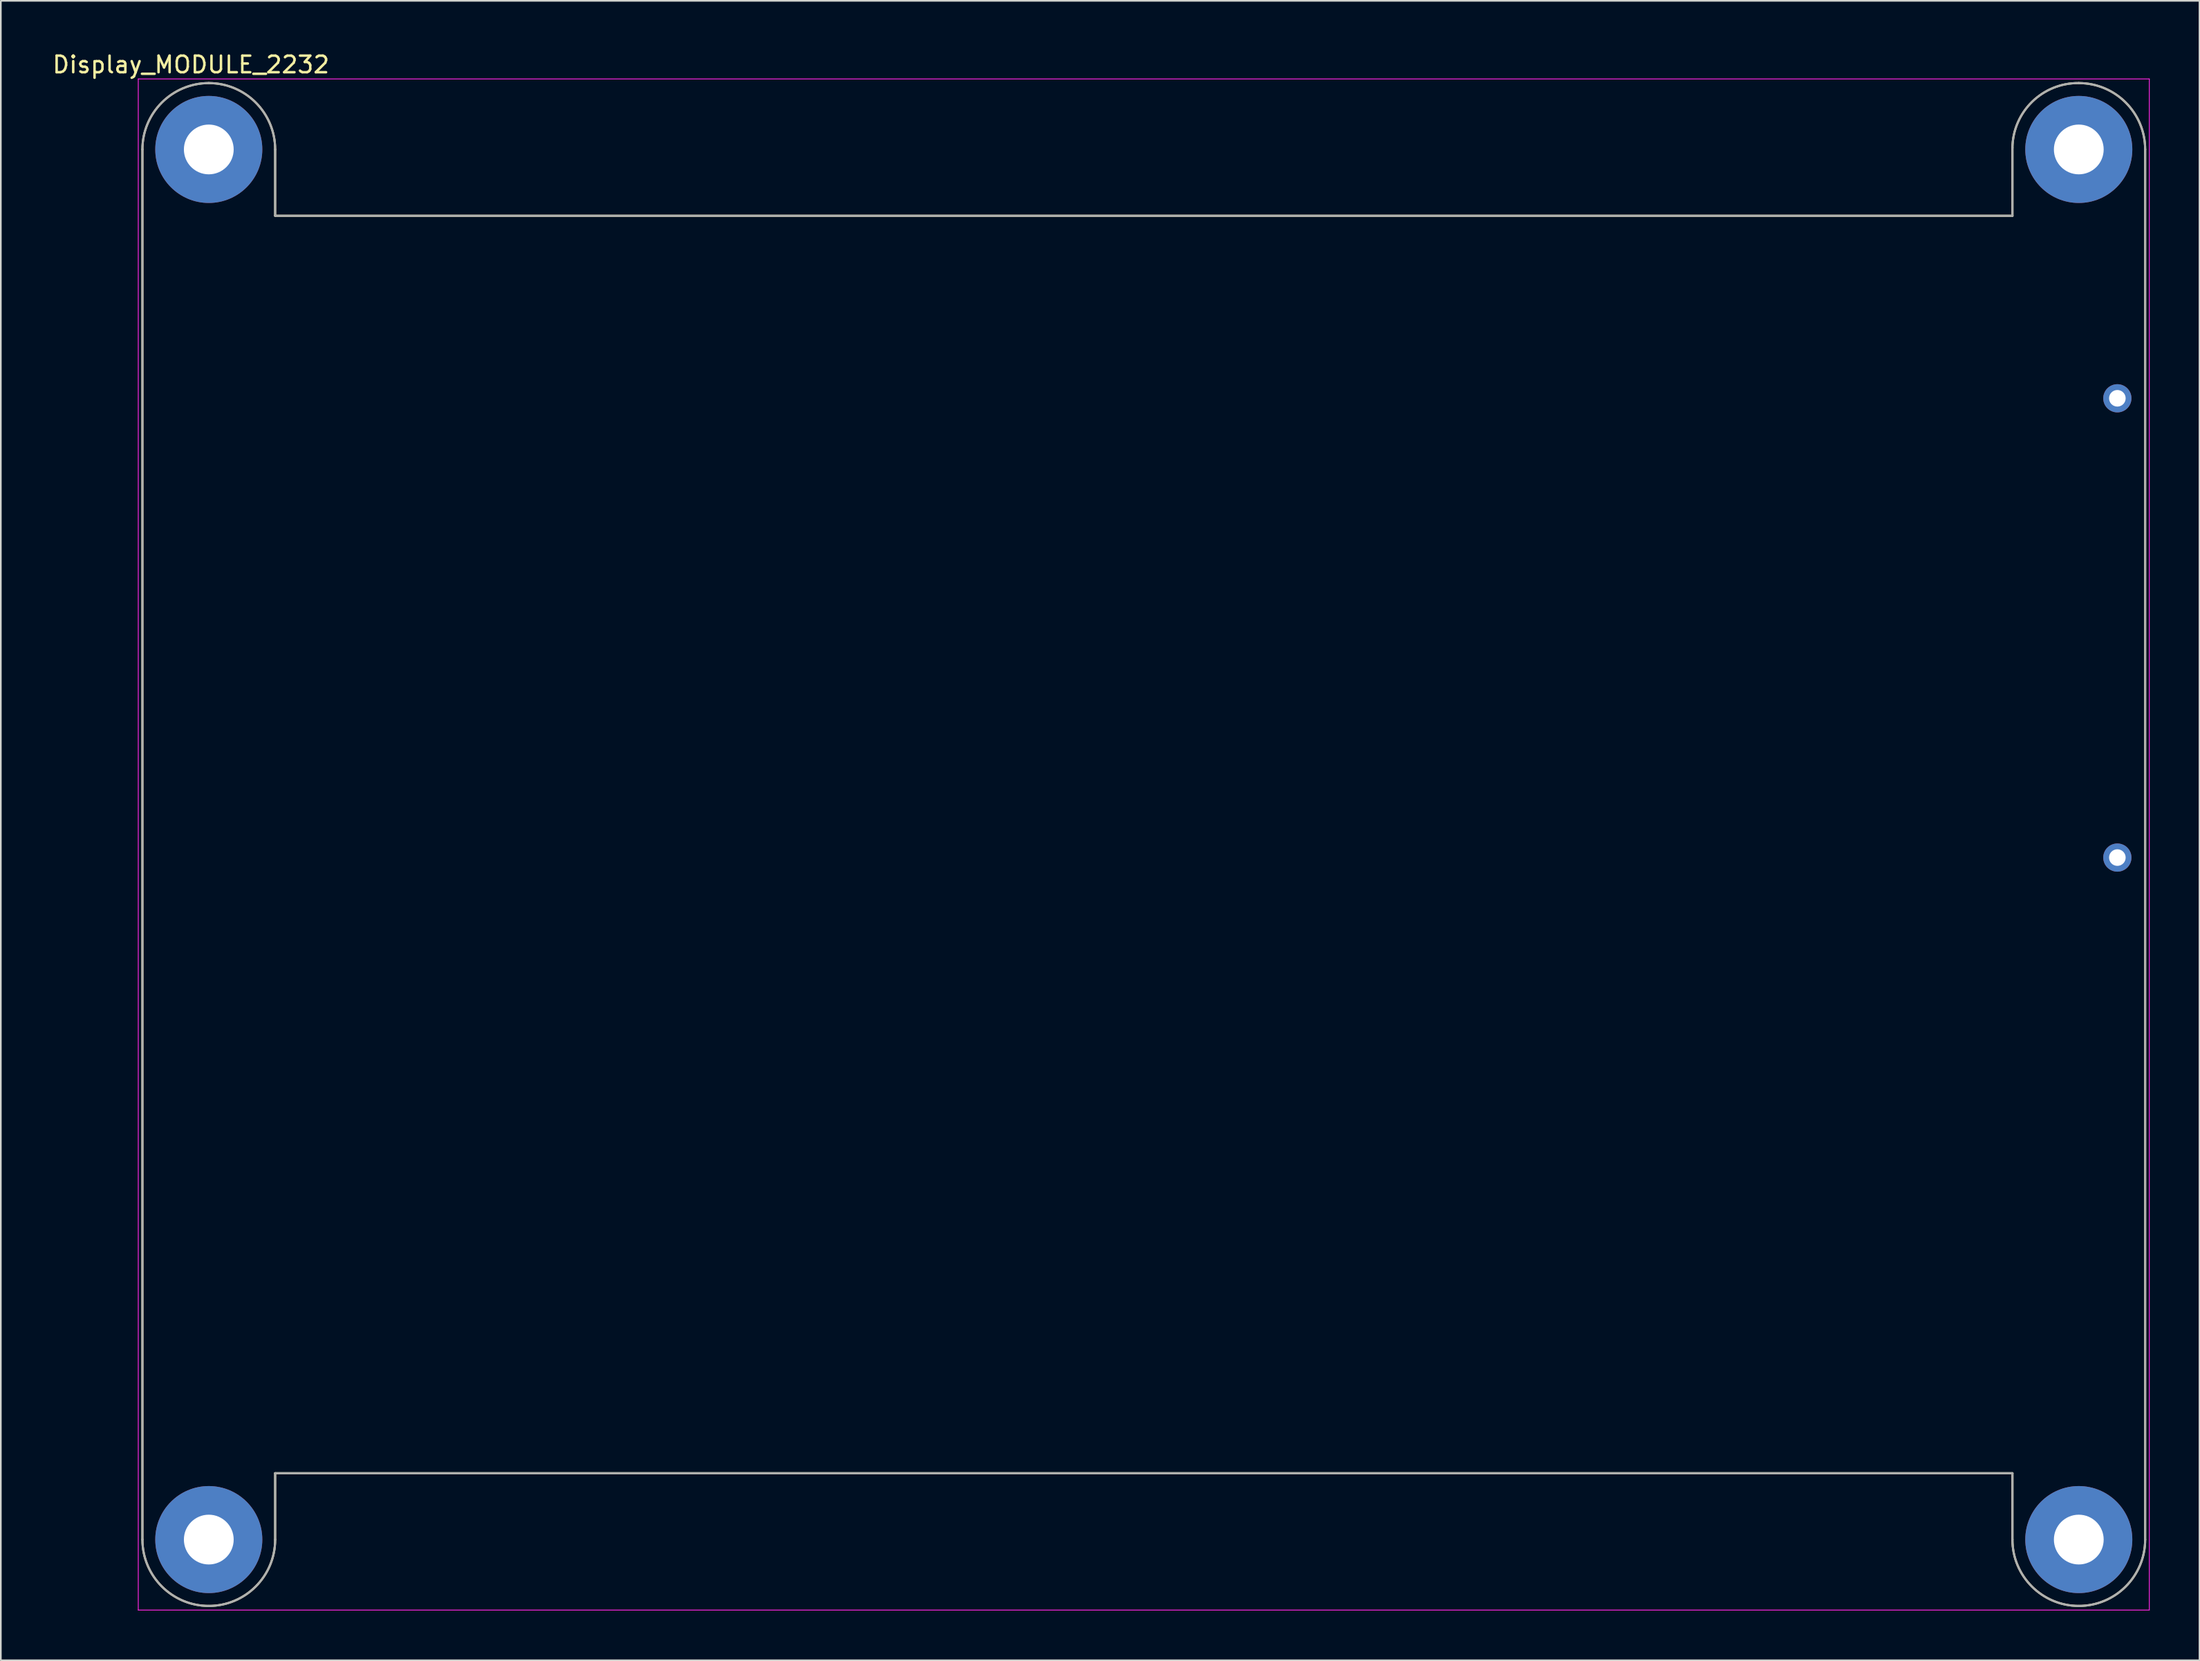
<source format=kicad_pcb>
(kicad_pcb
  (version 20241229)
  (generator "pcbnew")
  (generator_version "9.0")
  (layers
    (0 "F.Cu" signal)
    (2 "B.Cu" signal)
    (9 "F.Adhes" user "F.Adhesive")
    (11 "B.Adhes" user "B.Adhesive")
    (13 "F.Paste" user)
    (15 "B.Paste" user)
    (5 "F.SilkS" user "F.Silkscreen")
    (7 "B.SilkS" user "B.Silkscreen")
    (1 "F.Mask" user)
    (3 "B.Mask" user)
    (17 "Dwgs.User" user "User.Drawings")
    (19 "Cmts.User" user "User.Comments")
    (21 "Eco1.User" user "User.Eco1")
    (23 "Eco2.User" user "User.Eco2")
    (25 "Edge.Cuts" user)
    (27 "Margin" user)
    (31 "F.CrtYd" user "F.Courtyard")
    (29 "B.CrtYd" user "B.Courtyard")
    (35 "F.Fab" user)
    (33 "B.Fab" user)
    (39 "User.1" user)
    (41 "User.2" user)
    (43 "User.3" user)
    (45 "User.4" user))
  (footprint "Display_MODULE_2232"
    (layer "F.Cu")
    (at 65.883 47.859)
    (property "Reference" "Display_MODULE_2232" (at -57.425 -47.011 0) (layer "F.SilkS") (effects (font (size 1 1) (thickness 0.15))))
    (attr through_hole)
    (fp_line (start -60.35 -41.9) (end -60.35 41.9) (stroke (width 0.127) (type solid)) (layer "F.SilkS"))
    (fp_line (start -52.35 -41.9) (end -52.35 -37.9) (stroke (width 0.127) (type solid)) (layer "F.SilkS"))
    (fp_line (start -52.35 37.9) (end 52.35 37.9) (stroke (width 0.127) (type solid)) (layer "F.SilkS"))
    (fp_line (start -52.35 41.9) (end -52.35 37.9) (stroke (width 0.127) (type solid)) (layer "F.SilkS"))
    (fp_line (start 52.35 -42) (end 52.35 -37.9) (stroke (width 0.127) (type solid)) (layer "F.SilkS"))
    (fp_line (start 52.35 -37.9) (end -52.35 -37.9) (stroke (width 0.127) (type solid)) (layer "F.SilkS"))
    (fp_line (start 52.35 41.9) (end 52.35 37.9) (stroke (width 0.127) (type solid)) (layer "F.SilkS"))
    (fp_line (start 60.35 -41.9) (end 60.35 41.9) (stroke (width 0.127) (type solid)) (layer "F.SilkS"))
    (fp_arc (start -60.35 -41.9) (mid -59.178427 -44.728427) (end -56.35 -45.9) (stroke (width 0.127) (type solid)) (layer "F.SilkS"))
    (fp_arc (start -56.35 -45.9) (mid -53.521573 -44.728427) (end -52.35 -41.9) (stroke (width 0.127) (type solid)) (layer "F.SilkS"))
    (fp_arc (start -56.35 45.9) (mid -59.178427 44.728427) (end -60.35 41.9) (stroke (width 0.127) (type solid)) (layer "F.SilkS"))
    (fp_arc (start -52.35 41.9) (mid -53.521573 44.728427) (end -56.35 45.9) (stroke (width 0.127) (type solid)) (layer "F.SilkS"))
    (fp_arc (start 52.35 -42) (mid 53.542284 -44.778427) (end 56.35 -45.9) (stroke (width 0.127) (type solid)) (layer "F.SilkS"))
    (fp_arc (start 56.35 -45.9) (mid 59.178427 -44.728427) (end 60.35 -41.9) (stroke (width 0.127) (type solid)) (layer "F.SilkS"))
    (fp_arc (start 56.35 45.9) (mid 53.521573 44.728427) (end 52.35 41.9) (stroke (width 0.127) (type solid)) (layer "F.SilkS"))
    (fp_arc (start 60.35 41.9) (mid 59.178427 44.728427) (end 56.35 45.9) (stroke (width 0.127) (type solid)) (layer "F.SilkS"))
    (fp_line (start -60.6 -46.15) (end -60.6 46.15) (stroke (width 0.05) (type solid)) (layer "F.CrtYd"))
    (fp_line (start -60.6 46.15) (end 60.6 46.15) (stroke (width 0.05) (type solid)) (layer "F.CrtYd"))
    (fp_line (start 60.6 -46.15) (end -60.6 -46.15) (stroke (width 0.05) (type solid)) (layer "F.CrtYd"))
    (fp_line (start 60.6 46.15) (end 60.6 -46.15) (stroke (width 0.05) (type solid)) (layer "F.CrtYd"))
    (fp_line (start -60.35 -41.9) (end -60.35 41.9) (stroke (width 0.127) (type solid)) (layer "F.Fab"))
    (fp_line (start -52.35 -41.9) (end -52.35 -37.9) (stroke (width 0.127) (type solid)) (layer "F.Fab"))
    (fp_line (start -52.35 37.9) (end 52.35 37.9) (stroke (width 0.127) (type solid)) (layer "F.Fab"))
    (fp_line (start -52.35 41.9) (end -52.35 37.9) (stroke (width 0.127) (type solid)) (layer "F.Fab"))
    (fp_line (start 52.35 -42) (end 52.35 -37.9) (stroke (width 0.127) (type solid)) (layer "F.Fab"))
    (fp_line (start 52.35 -37.9) (end -52.35 -37.9) (stroke (width 0.127) (type solid)) (layer "F.Fab"))
    (fp_line (start 52.35 41.9) (end 52.35 37.9) (stroke (width 0.127) (type solid)) (layer "F.Fab"))
    (fp_line (start 60.35 -41.9) (end 60.35 41.9) (stroke (width 0.127) (type solid)) (layer "F.Fab"))
    (fp_arc (start -60.35 -41.9) (mid -59.178427 -44.728427) (end -56.35 -45.9) (stroke (width 0.127) (type solid)) (layer "F.Fab"))
    (fp_arc (start -56.35 -45.9) (mid -53.521573 -44.728427) (end -52.35 -41.9) (stroke (width 0.127) (type solid)) (layer "F.Fab"))
    (fp_arc (start -56.35 45.9) (mid -59.178427 44.728427) (end -60.35 41.9) (stroke (width 0.127) (type solid)) (layer "F.Fab"))
    (fp_arc (start -52.35 41.9) (mid -53.521573 44.728427) (end -56.35 45.9) (stroke (width 0.127) (type solid)) (layer "F.Fab"))
    (fp_arc (start 52.35 -42) (mid 53.542284 -44.778427) (end 56.35 -45.9) (stroke (width 0.127) (type solid)) (layer "F.Fab"))
    (fp_arc (start 56.35 -45.9) (mid 59.178427 -44.728427) (end 60.35 -41.9) (stroke (width 0.127) (type solid)) (layer "F.Fab"))
    (fp_arc (start 56.35 45.9) (mid 53.521573 44.728427) (end 52.35 41.9) (stroke (width 0.127) (type solid)) (layer "F.Fab"))
    (fp_arc (start 60.35 41.9) (mid 59.178427 44.728427) (end 56.35 45.9) (stroke (width 0.127) (type solid)) (layer "F.Fab"))
    (pad "5v" thru_hole circle (at 58.674 0.787) (size 1.7 1.7) (drill 1) (layers "*.Cu" "*.Mask"))
    (pad "GND" thru_hole circle (at 58.674 -26.899) (size 1.7 1.7) (drill 1) (layers "*.Cu" "*.Mask"))
    (pad "SH1" thru_hole circle (at -56.35 41.9) (size 6.452 6.452) (drill 3) (layers "*.Cu" "*.Mask"))
    (pad "SH2" thru_hole circle (at 56.35 41.9) (size 6.452 6.452) (drill 3) (layers "*.Cu" "*.Mask"))
    (pad "SH3" thru_hole circle (at 56.35 -41.9) (size 6.452 6.452) (drill 3) (layers "*.Cu" "*.Mask"))
    (pad "SH4" thru_hole circle (at -56.35 -41.9) (size 6.452 6.452) (drill 3) (layers "*.Cu" "*.Mask"))
    (zone (net_name "") (layer "F.Cu") (hatch full 0.508) (connect_pads) (min_thickness 4.064) (filled_areas_thickness no) (keepout (tracks not_allowed) (vias not_allowed) (pads not_allowed) (copperpour not_allowed) (footprints allowed)) (placement (enabled no)) (fill) (polygon (pts (xy 13.597 5.959) (xy 13.578 6.357) (xy 13.519 6.752) (xy 13.422 7.139) (xy 13.288 7.514) (xy 13.117 7.875) (xy 12.912 8.217) (xy 12.675 8.537) (xy 12.407 8.833) (xy 12.112 9.101) (xy 11.791 9.338) (xy 11.449 9.543) (xy 11.089 9.714) (xy 10.713 9.848) (xy 10.326 9.945) (xy 9.932 10.003) (xy 9.533 10.023) (xy 9.135 10.003) (xy 8.74 9.945) (xy 8.354 9.848) (xy 7.978 9.714) (xy 7.618 9.543) (xy 7.275 9.338) (xy 6.955 9.101) (xy 6.66 8.833) (xy 6.392 8.537) (xy 6.154 8.217) (xy 5.949 7.875) (xy 5.779 7.514) (xy 5.644 7.139) (xy 5.547 6.752) (xy 5.489 6.357) (xy 5.469 5.959) (xy 5.489 5.561) (xy 5.547 5.166) (xy 5.644 4.779) (xy 5.779 4.404) (xy 5.949 4.043) (xy 6.154 3.701) (xy 6.392 3.381) (xy 6.66 3.085) (xy 6.955 2.818) (xy 7.275 2.58) (xy 7.618 2.375) (xy 7.978 2.204) (xy 8.354 2.07) (xy 8.74 1.973) (xy 9.135 1.915) (xy 9.533 1.895) (xy 9.932 1.915) (xy 10.326 1.973) (xy 10.713 2.07) (xy 11.089 2.204) (xy 11.449 2.375) (xy 11.791 2.58) (xy 12.112 2.818) (xy 12.407 3.085) (xy 12.675 3.381) (xy 12.912 3.701) (xy 13.117 4.043) (xy 13.288 4.404) (xy 13.422 4.779) (xy 13.519 5.166) (xy 13.578 5.561))))
    (zone (net_name "") (layer "F.Cu") (hatch full 0.508) (connect_pads) (min_thickness 4.064) (filled_areas_thickness no) (keepout (tracks not_allowed) (vias not_allowed) (pads not_allowed) (copperpour not_allowed) (footprints allowed)) (placement (enabled no)) (fill) (polygon (pts (xy 13.597 89.759) (xy 13.578 90.157) (xy 13.519 90.552) (xy 13.422 90.939) (xy 13.288 91.314) (xy 13.117 91.675) (xy 12.912 92.017) (xy 12.675 92.337) (xy 12.407 92.633) (xy 12.112 92.901) (xy 11.791 93.138) (xy 11.449 93.343) (xy 11.089 93.514) (xy 10.713 93.648) (xy 10.326 93.745) (xy 9.932 93.803) (xy 9.533 93.823) (xy 9.135 93.803) (xy 8.74 93.745) (xy 8.354 93.648) (xy 7.978 93.514) (xy 7.618 93.343) (xy 7.275 93.138) (xy 6.955 92.901) (xy 6.66 92.633) (xy 6.392 92.337) (xy 6.154 92.017) (xy 5.949 91.675) (xy 5.779 91.314) (xy 5.644 90.939) (xy 5.547 90.552) (xy 5.489 90.157) (xy 5.469 89.759) (xy 5.489 89.361) (xy 5.547 88.966) (xy 5.644 88.579) (xy 5.779 88.204) (xy 5.949 87.843) (xy 6.154 87.501) (xy 6.392 87.181) (xy 6.66 86.885) (xy 6.955 86.618) (xy 7.275 86.38) (xy 7.618 86.175) (xy 7.978 86.004) (xy 8.354 85.87) (xy 8.74 85.773) (xy 9.135 85.715) (xy 9.533 85.695) (xy 9.932 85.715) (xy 10.326 85.773) (xy 10.713 85.87) (xy 11.089 86.004) (xy 11.449 86.175) (xy 11.791 86.38) (xy 12.112 86.618) (xy 12.407 86.885) (xy 12.675 87.181) (xy 12.912 87.501) (xy 13.117 87.843) (xy 13.288 88.204) (xy 13.422 88.579) (xy 13.519 88.966) (xy 13.578 89.361))))
    (zone (net_name "") (layer "F.Cu") (hatch full 0.508) (connect_pads) (min_thickness 4.064) (filled_areas_thickness no) (keepout (tracks not_allowed) (vias not_allowed) (pads not_allowed) (copperpour not_allowed) (footprints allowed)) (placement (enabled no)) (fill) (polygon (pts (xy 126.297 5.959) (xy 126.278 6.357) (xy 126.219 6.752) (xy 126.122 7.139) (xy 125.988 7.514) (xy 125.817 7.875) (xy 125.612 8.217) (xy 125.375 8.537) (xy 125.107 8.833) (xy 124.812 9.101) (xy 124.491 9.338) (xy 124.149 9.543) (xy 123.789 9.714) (xy 123.413 9.848) (xy 123.026 9.945) (xy 122.632 10.003) (xy 122.233 10.023) (xy 121.835 10.003) (xy 121.44 9.945) (xy 121.054 9.848) (xy 120.678 9.714) (xy 120.318 9.543) (xy 119.975 9.338) (xy 119.655 9.101) (xy 119.36 8.833) (xy 119.092 8.537) (xy 118.854 8.217) (xy 118.649 7.875) (xy 118.479 7.514) (xy 118.344 7.139) (xy 118.247 6.752) (xy 118.189 6.357) (xy 118.169 5.959) (xy 118.189 5.561) (xy 118.247 5.166) (xy 118.344 4.779) (xy 118.479 4.404) (xy 118.649 4.043) (xy 118.854 3.701) (xy 119.092 3.381) (xy 119.36 3.085) (xy 119.655 2.818) (xy 119.975 2.58) (xy 120.318 2.375) (xy 120.678 2.204) (xy 121.054 2.07) (xy 121.44 1.973) (xy 121.835 1.915) (xy 122.233 1.895) (xy 122.632 1.915) (xy 123.026 1.973) (xy 123.413 2.07) (xy 123.789 2.204) (xy 124.149 2.375) (xy 124.491 2.58) (xy 124.812 2.818) (xy 125.107 3.085) (xy 125.375 3.381) (xy 125.612 3.701) (xy 125.817 4.043) (xy 125.988 4.404) (xy 126.122 4.779) (xy 126.219 5.166) (xy 126.278 5.561))))
    (zone (net_name "") (layer "F.Cu") (hatch full 0.508) (connect_pads) (min_thickness 4.064) (filled_areas_thickness no) (keepout (tracks not_allowed) (vias not_allowed) (pads not_allowed) (copperpour not_allowed) (footprints allowed)) (placement (enabled no)) (fill) (polygon (pts (xy 126.297 89.759) (xy 126.278 90.157) (xy 126.219 90.552) (xy 126.122 90.939) (xy 125.988 91.314) (xy 125.817 91.675) (xy 125.612 92.017) (xy 125.375 92.337) (xy 125.107 92.633) (xy 124.812 92.901) (xy 124.491 93.138) (xy 124.149 93.343) (xy 123.789 93.514) (xy 123.413 93.648) (xy 123.026 93.745) (xy 122.632 93.803) (xy 122.233 93.823) (xy 121.835 93.803) (xy 121.44 93.745) (xy 121.054 93.648) (xy 120.678 93.514) (xy 120.318 93.343) (xy 119.975 93.138) (xy 119.655 92.901) (xy 119.36 92.633) (xy 119.092 92.337) (xy 118.854 92.017) (xy 118.649 91.675) (xy 118.479 91.314) (xy 118.344 90.939) (xy 118.247 90.552) (xy 118.189 90.157) (xy 118.169 89.759) (xy 118.189 89.361) (xy 118.247 88.966) (xy 118.344 88.579) (xy 118.479 88.204) (xy 118.649 87.843) (xy 118.854 87.501) (xy 119.092 87.181) (xy 119.36 86.885) (xy 119.655 86.618) (xy 119.975 86.38) (xy 120.318 86.175) (xy 120.678 86.004) (xy 121.054 85.87) (xy 121.44 85.773) (xy 121.835 85.715) (xy 122.233 85.695) (xy 122.632 85.715) (xy 123.026 85.773) (xy 123.413 85.87) (xy 123.789 86.004) (xy 124.149 86.175) (xy 124.491 86.38) (xy 124.812 86.618) (xy 125.107 86.885) (xy 125.375 87.181) (xy 125.612 87.501) (xy 125.817 87.843) (xy 125.988 88.204) (xy 126.122 88.579) (xy 126.219 88.966) (xy 126.278 89.361))))
    (zone (net_name "") (layers "F.Cu" "B.Cu") (hatch full 0.508) (connect_pads) (min_thickness 4.064) (filled_areas_thickness no) (keepout (tracks allowed) (vias not_allowed) (pads allowed) (copperpour allowed) (footprints allowed)) (placement (enabled no)) (fill) (polygon (pts (xy 13.597 5.959) (xy 13.578 6.357) (xy 13.519 6.752) (xy 13.422 7.139) (xy 13.288 7.514) (xy 13.117 7.875) (xy 12.912 8.217) (xy 12.675 8.537) (xy 12.407 8.833) (xy 12.112 9.101) (xy 11.791 9.338) (xy 11.449 9.543) (xy 11.089 9.714) (xy 10.713 9.848) (xy 10.326 9.945) (xy 9.932 10.003) (xy 9.533 10.023) (xy 9.135 10.003) (xy 8.74 9.945) (xy 8.354 9.848) (xy 7.978 9.714) (xy 7.618 9.543) (xy 7.275 9.338) (xy 6.955 9.101) (xy 6.66 8.833) (xy 6.392 8.537) (xy 6.154 8.217) (xy 5.949 7.875) (xy 5.779 7.514) (xy 5.644 7.139) (xy 5.547 6.752) (xy 5.489 6.357) (xy 5.469 5.959) (xy 5.489 5.561) (xy 5.547 5.166) (xy 5.644 4.779) (xy 5.779 4.404) (xy 5.949 4.043) (xy 6.154 3.701) (xy 6.392 3.381) (xy 6.66 3.085) (xy 6.955 2.818) (xy 7.275 2.58) (xy 7.618 2.375) (xy 7.978 2.204) (xy 8.354 2.07) (xy 8.74 1.973) (xy 9.135 1.915) (xy 9.533 1.895) (xy 9.932 1.915) (xy 10.326 1.973) (xy 10.713 2.07) (xy 11.089 2.204) (xy 11.449 2.375) (xy 11.791 2.58) (xy 12.112 2.818) (xy 12.407 3.085) (xy 12.675 3.381) (xy 12.912 3.701) (xy 13.117 4.043) (xy 13.288 4.404) (xy 13.422 4.779) (xy 13.519 5.166) (xy 13.578 5.561))))
    (zone (net_name "") (layers "F.Cu" "B.Cu") (hatch full 0.508) (connect_pads) (min_thickness 4.064) (filled_areas_thickness no) (keepout (tracks allowed) (vias not_allowed) (pads allowed) (copperpour allowed) (footprints allowed)) (placement (enabled no)) (fill) (polygon (pts (xy 13.597 89.759) (xy 13.578 90.157) (xy 13.519 90.552) (xy 13.422 90.939) (xy 13.288 91.314) (xy 13.117 91.675) (xy 12.912 92.017) (xy 12.675 92.337) (xy 12.407 92.633) (xy 12.112 92.901) (xy 11.791 93.138) (xy 11.449 93.343) (xy 11.089 93.514) (xy 10.713 93.648) (xy 10.326 93.745) (xy 9.932 93.803) (xy 9.533 93.823) (xy 9.135 93.803) (xy 8.74 93.745) (xy 8.354 93.648) (xy 7.978 93.514) (xy 7.618 93.343) (xy 7.275 93.138) (xy 6.955 92.901) (xy 6.66 92.633) (xy 6.392 92.337) (xy 6.154 92.017) (xy 5.949 91.675) (xy 5.779 91.314) (xy 5.644 90.939) (xy 5.547 90.552) (xy 5.489 90.157) (xy 5.469 89.759) (xy 5.489 89.361) (xy 5.547 88.966) (xy 5.644 88.579) (xy 5.779 88.204) (xy 5.949 87.843) (xy 6.154 87.501) (xy 6.392 87.181) (xy 6.66 86.885) (xy 6.955 86.618) (xy 7.275 86.38) (xy 7.618 86.175) (xy 7.978 86.004) (xy 8.354 85.87) (xy 8.74 85.773) (xy 9.135 85.715) (xy 9.533 85.695) (xy 9.932 85.715) (xy 10.326 85.773) (xy 10.713 85.87) (xy 11.089 86.004) (xy 11.449 86.175) (xy 11.791 86.38) (xy 12.112 86.618) (xy 12.407 86.885) (xy 12.675 87.181) (xy 12.912 87.501) (xy 13.117 87.843) (xy 13.288 88.204) (xy 13.422 88.579) (xy 13.519 88.966) (xy 13.578 89.361))))
    (zone (net_name "") (layers "F.Cu" "B.Cu") (hatch full 0.508) (connect_pads) (min_thickness 4.064) (filled_areas_thickness no) (keepout (tracks allowed) (vias not_allowed) (pads allowed) (copperpour allowed) (footprints allowed)) (placement (enabled no)) (fill) (polygon (pts (xy 126.297 5.959) (xy 126.278 6.357) (xy 126.219 6.752) (xy 126.122 7.139) (xy 125.988 7.514) (xy 125.817 7.875) (xy 125.612 8.217) (xy 125.375 8.537) (xy 125.107 8.833) (xy 124.812 9.101) (xy 124.491 9.338) (xy 124.149 9.543) (xy 123.789 9.714) (xy 123.413 9.848) (xy 123.026 9.945) (xy 122.632 10.003) (xy 122.233 10.023) (xy 121.835 10.003) (xy 121.44 9.945) (xy 121.054 9.848) (xy 120.678 9.714) (xy 120.318 9.543) (xy 119.975 9.338) (xy 119.655 9.101) (xy 119.36 8.833) (xy 119.092 8.537) (xy 118.854 8.217) (xy 118.649 7.875) (xy 118.479 7.514) (xy 118.344 7.139) (xy 118.247 6.752) (xy 118.189 6.357) (xy 118.169 5.959) (xy 118.189 5.561) (xy 118.247 5.166) (xy 118.344 4.779) (xy 118.479 4.404) (xy 118.649 4.043) (xy 118.854 3.701) (xy 119.092 3.381) (xy 119.36 3.085) (xy 119.655 2.818) (xy 119.975 2.58) (xy 120.318 2.375) (xy 120.678 2.204) (xy 121.054 2.07) (xy 121.44 1.973) (xy 121.835 1.915) (xy 122.233 1.895) (xy 122.632 1.915) (xy 123.026 1.973) (xy 123.413 2.07) (xy 123.789 2.204) (xy 124.149 2.375) (xy 124.491 2.58) (xy 124.812 2.818) (xy 125.107 3.085) (xy 125.375 3.381) (xy 125.612 3.701) (xy 125.817 4.043) (xy 125.988 4.404) (xy 126.122 4.779) (xy 126.219 5.166) (xy 126.278 5.561))))
    (zone (net_name "") (layers "F.Cu" "B.Cu") (hatch full 0.508) (connect_pads) (min_thickness 4.064) (filled_areas_thickness no) (keepout (tracks allowed) (vias not_allowed) (pads allowed) (copperpour allowed) (footprints allowed)) (placement (enabled no)) (fill) (polygon (pts (xy 126.297 89.759) (xy 126.278 90.157) (xy 126.219 90.552) (xy 126.122 90.939) (xy 125.988 91.314) (xy 125.817 91.675) (xy 125.612 92.017) (xy 125.375 92.337) (xy 125.107 92.633) (xy 124.812 92.901) (xy 124.491 93.138) (xy 124.149 93.343) (xy 123.789 93.514) (xy 123.413 93.648) (xy 123.026 93.745) (xy 122.632 93.803) (xy 122.233 93.823) (xy 121.835 93.803) (xy 121.44 93.745) (xy 121.054 93.648) (xy 120.678 93.514) (xy 120.318 93.343) (xy 119.975 93.138) (xy 119.655 92.901) (xy 119.36 92.633) (xy 119.092 92.337) (xy 118.854 92.017) (xy 118.649 91.675) (xy 118.479 91.314) (xy 118.344 90.939) (xy 118.247 90.552) (xy 118.189 90.157) (xy 118.169 89.759) (xy 118.189 89.361) (xy 118.247 88.966) (xy 118.344 88.579) (xy 118.479 88.204) (xy 118.649 87.843) (xy 118.854 87.501) (xy 119.092 87.181) (xy 119.36 86.885) (xy 119.655 86.618) (xy 119.975 86.38) (xy 120.318 86.175) (xy 120.678 86.004) (xy 121.054 85.87) (xy 121.44 85.773) (xy 121.835 85.715) (xy 122.233 85.695) (xy 122.632 85.715) (xy 123.026 85.773) (xy 123.413 85.87) (xy 123.789 86.004) (xy 124.149 86.175) (xy 124.491 86.38) (xy 124.812 86.618) (xy 125.107 86.885) (xy 125.375 87.181) (xy 125.612 87.501) (xy 125.817 87.843) (xy 125.988 88.204) (xy 126.122 88.579) (xy 126.219 88.966) (xy 126.278 89.361))))
    (zone (net_name "") (layer "B.Cu") (hatch full 0.508) (connect_pads) (min_thickness 4.064) (filled_areas_thickness no) (keepout (tracks not_allowed) (vias not_allowed) (pads not_allowed) (copperpour not_allowed) (footprints allowed)) (placement (enabled no)) (fill) (polygon (pts (xy 13.597 5.959) (xy 13.578 6.357) (xy 13.519 6.752) (xy 13.422 7.139) (xy 13.288 7.514) (xy 13.117 7.875) (xy 12.912 8.217) (xy 12.675 8.537) (xy 12.407 8.833) (xy 12.112 9.101) (xy 11.791 9.338) (xy 11.449 9.543) (xy 11.089 9.714) (xy 10.713 9.848) (xy 10.326 9.945) (xy 9.932 10.003) (xy 9.533 10.023) (xy 9.135 10.003) (xy 8.74 9.945) (xy 8.354 9.848) (xy 7.978 9.714) (xy 7.618 9.543) (xy 7.275 9.338) (xy 6.955 9.101) (xy 6.66 8.833) (xy 6.392 8.537) (xy 6.154 8.217) (xy 5.949 7.875) (xy 5.779 7.514) (xy 5.644 7.139) (xy 5.547 6.752) (xy 5.489 6.357) (xy 5.469 5.959) (xy 5.489 5.561) (xy 5.547 5.166) (xy 5.644 4.779) (xy 5.779 4.404) (xy 5.949 4.043) (xy 6.154 3.701) (xy 6.392 3.381) (xy 6.66 3.085) (xy 6.955 2.818) (xy 7.275 2.58) (xy 7.618 2.375) (xy 7.978 2.204) (xy 8.354 2.07) (xy 8.74 1.973) (xy 9.135 1.915) (xy 9.533 1.895) (xy 9.932 1.915) (xy 10.326 1.973) (xy 10.713 2.07) (xy 11.089 2.204) (xy 11.449 2.375) (xy 11.791 2.58) (xy 12.112 2.818) (xy 12.407 3.085) (xy 12.675 3.381) (xy 12.912 3.701) (xy 13.117 4.043) (xy 13.288 4.404) (xy 13.422 4.779) (xy 13.519 5.166) (xy 13.578 5.561))))
    (zone (net_name "") (layer "B.Cu") (hatch full 0.508) (connect_pads) (min_thickness 4.064) (filled_areas_thickness no) (keepout (tracks not_allowed) (vias not_allowed) (pads not_allowed) (copperpour not_allowed) (footprints allowed)) (placement (enabled no)) (fill) (polygon (pts (xy 13.597 89.759) (xy 13.578 90.157) (xy 13.519 90.552) (xy 13.422 90.939) (xy 13.288 91.314) (xy 13.117 91.675) (xy 12.912 92.017) (xy 12.675 92.337) (xy 12.407 92.633) (xy 12.112 92.901) (xy 11.791 93.138) (xy 11.449 93.343) (xy 11.089 93.514) (xy 10.713 93.648) (xy 10.326 93.745) (xy 9.932 93.803) (xy 9.533 93.823) (xy 9.135 93.803) (xy 8.74 93.745) (xy 8.354 93.648) (xy 7.978 93.514) (xy 7.618 93.343) (xy 7.275 93.138) (xy 6.955 92.901) (xy 6.66 92.633) (xy 6.392 92.337) (xy 6.154 92.017) (xy 5.949 91.675) (xy 5.779 91.314) (xy 5.644 90.939) (xy 5.547 90.552) (xy 5.489 90.157) (xy 5.469 89.759) (xy 5.489 89.361) (xy 5.547 88.966) (xy 5.644 88.579) (xy 5.779 88.204) (xy 5.949 87.843) (xy 6.154 87.501) (xy 6.392 87.181) (xy 6.66 86.885) (xy 6.955 86.618) (xy 7.275 86.38) (xy 7.618 86.175) (xy 7.978 86.004) (xy 8.354 85.87) (xy 8.74 85.773) (xy 9.135 85.715) (xy 9.533 85.695) (xy 9.932 85.715) (xy 10.326 85.773) (xy 10.713 85.87) (xy 11.089 86.004) (xy 11.449 86.175) (xy 11.791 86.38) (xy 12.112 86.618) (xy 12.407 86.885) (xy 12.675 87.181) (xy 12.912 87.501) (xy 13.117 87.843) (xy 13.288 88.204) (xy 13.422 88.579) (xy 13.519 88.966) (xy 13.578 89.361))))
    (zone (net_name "") (layer "B.Cu") (hatch full 0.508) (connect_pads) (min_thickness 4.064) (filled_areas_thickness no) (keepout (tracks not_allowed) (vias not_allowed) (pads not_allowed) (copperpour not_allowed) (footprints allowed)) (placement (enabled no)) (fill) (polygon (pts (xy 126.297 5.959) (xy 126.278 6.357) (xy 126.219 6.752) (xy 126.122 7.139) (xy 125.988 7.514) (xy 125.817 7.875) (xy 125.612 8.217) (xy 125.375 8.537) (xy 125.107 8.833) (xy 124.812 9.101) (xy 124.491 9.338) (xy 124.149 9.543) (xy 123.789 9.714) (xy 123.413 9.848) (xy 123.026 9.945) (xy 122.632 10.003) (xy 122.233 10.023) (xy 121.835 10.003) (xy 121.44 9.945) (xy 121.054 9.848) (xy 120.678 9.714) (xy 120.318 9.543) (xy 119.975 9.338) (xy 119.655 9.101) (xy 119.36 8.833) (xy 119.092 8.537) (xy 118.854 8.217) (xy 118.649 7.875) (xy 118.479 7.514) (xy 118.344 7.139) (xy 118.247 6.752) (xy 118.189 6.357) (xy 118.169 5.959) (xy 118.189 5.561) (xy 118.247 5.166) (xy 118.344 4.779) (xy 118.479 4.404) (xy 118.649 4.043) (xy 118.854 3.701) (xy 119.092 3.381) (xy 119.36 3.085) (xy 119.655 2.818) (xy 119.975 2.58) (xy 120.318 2.375) (xy 120.678 2.204) (xy 121.054 2.07) (xy 121.44 1.973) (xy 121.835 1.915) (xy 122.233 1.895) (xy 122.632 1.915) (xy 123.026 1.973) (xy 123.413 2.07) (xy 123.789 2.204) (xy 124.149 2.375) (xy 124.491 2.58) (xy 124.812 2.818) (xy 125.107 3.085) (xy 125.375 3.381) (xy 125.612 3.701) (xy 125.817 4.043) (xy 125.988 4.404) (xy 126.122 4.779) (xy 126.219 5.166) (xy 126.278 5.561))))
    (zone (net_name "") (layer "B.Cu") (hatch full 0.508) (connect_pads) (min_thickness 4.064) (filled_areas_thickness no) (keepout (tracks not_allowed) (vias not_allowed) (pads not_allowed) (copperpour not_allowed) (footprints allowed)) (placement (enabled no)) (fill) (polygon (pts (xy 126.297 89.759) (xy 126.278 90.157) (xy 126.219 90.552) (xy 126.122 90.939) (xy 125.988 91.314) (xy 125.817 91.675) (xy 125.612 92.017) (xy 125.375 92.337) (xy 125.107 92.633) (xy 124.812 92.901) (xy 124.491 93.138) (xy 124.149 93.343) (xy 123.789 93.514) (xy 123.413 93.648) (xy 123.026 93.745) (xy 122.632 93.803) (xy 122.233 93.823) (xy 121.835 93.803) (xy 121.44 93.745) (xy 121.054 93.648) (xy 120.678 93.514) (xy 120.318 93.343) (xy 119.975 93.138) (xy 119.655 92.901) (xy 119.36 92.633) (xy 119.092 92.337) (xy 118.854 92.017) (xy 118.649 91.675) (xy 118.479 91.314) (xy 118.344 90.939) (xy 118.247 90.552) (xy 118.189 90.157) (xy 118.169 89.759) (xy 118.189 89.361) (xy 118.247 88.966) (xy 118.344 88.579) (xy 118.479 88.204) (xy 118.649 87.843) (xy 118.854 87.501) (xy 119.092 87.181) (xy 119.36 86.885) (xy 119.655 86.618) (xy 119.975 86.38) (xy 120.318 86.175) (xy 120.678 86.004) (xy 121.054 85.87) (xy 121.44 85.773) (xy 121.835 85.715) (xy 122.233 85.695) (xy 122.632 85.715) (xy 123.026 85.773) (xy 123.413 85.87) (xy 123.789 86.004) (xy 124.149 86.175) (xy 124.491 86.38) (xy 124.812 86.618) (xy 125.107 86.885) (xy 125.375 87.181) (xy 125.612 87.501) (xy 125.817 87.843) (xy 125.988 88.204) (xy 126.122 88.579) (xy 126.219 88.966) (xy 126.278 89.361)))))
  (gr_rect
    (start -3 -3)
    (end 129.508 97.034)
    (stroke (width 0.1) (type default))
    (fill no)
    (layer "Edge.Cuts")))
</source>
